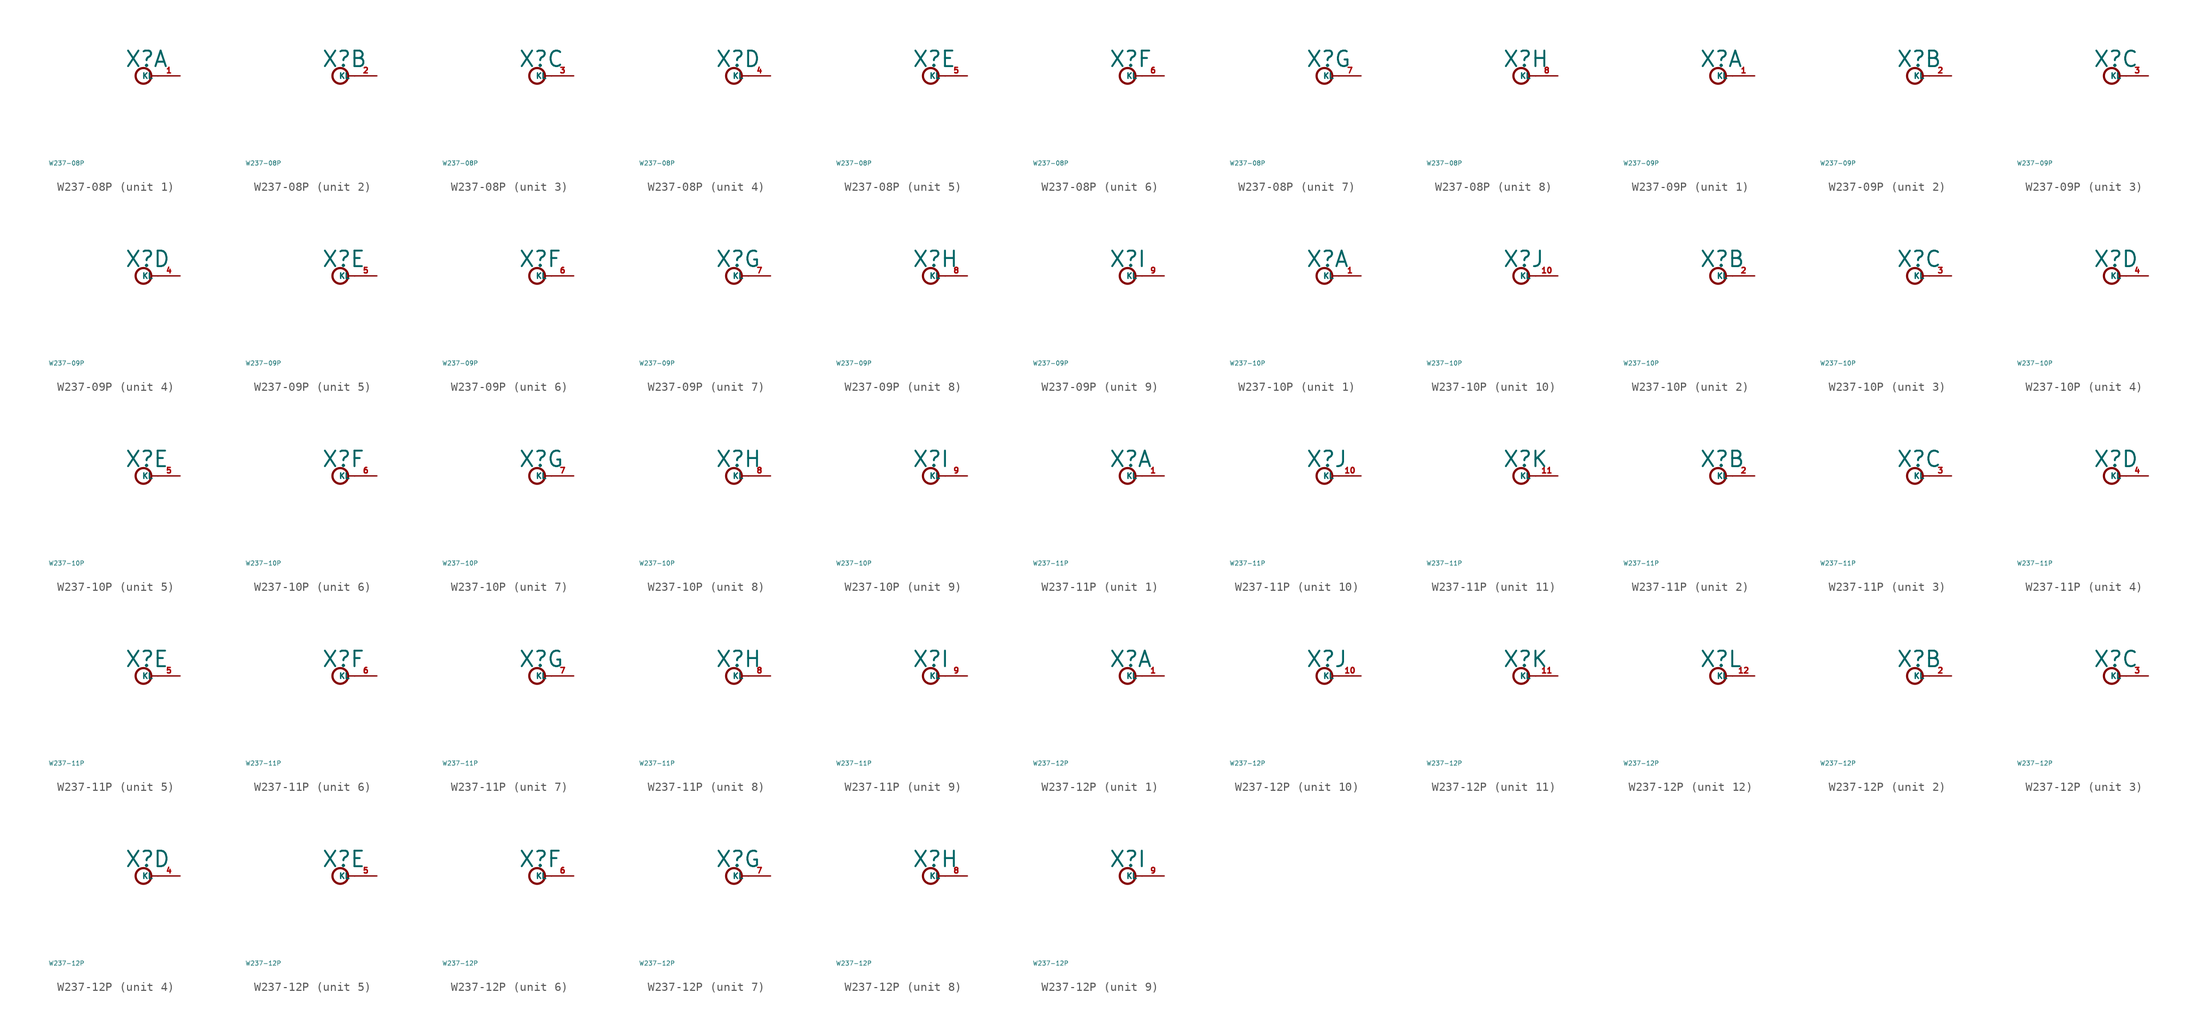
<source format=kicad_sym>
(kicad_symbol_lib
  (version 20220914)
  (generator Eagle2Kicad)
  (symbol "W237-08P"
    (property "Reference" "X"
      (at -1.27 0.889 0)
      (effects (font (size 1.778 1.778) (thickness 0.22)) (justify left bottom)))
    (property "Value" "W237-08P"
      (at -10 -10 0)
      (effects (font (size 0.5 0.5) (thickness 0.06)) (justify left)))
    (symbol "W237-08P_1_0"
      (polyline (pts (xy 1.778 0) (xy 2.54 0)) (stroke (width 0.152) (type default)) (fill (type none)))
      (circle (center 0.889 0) (radius 0.898) (stroke (width 0.254) (type default)) (fill (type none)))
      (pin passive line (at 5.08 0 180) (length 2.54) (name "KL" (effects (font (size 0.635 0.635) (thickness 0.08)) (justify left bottom))) (number "1" (effects (font (size 0.635 0.635) (thickness 0.08)) (justify left bottom)))))
    (symbol "W237-08P_2_0"
      (polyline (pts (xy 1.778 0) (xy 2.54 0)) (stroke (width 0.152) (type default)) (fill (type none)))
      (circle (center 0.889 0) (radius 0.898) (stroke (width 0.254) (type default)) (fill (type none)))
      (pin passive line (at 5.08 0 180) (length 2.54) (name "KL" (effects (font (size 0.635 0.635) (thickness 0.08)) (justify left bottom))) (number "2" (effects (font (size 0.635 0.635) (thickness 0.08)) (justify left bottom)))))
    (symbol "W237-08P_3_0"
      (polyline (pts (xy 1.778 0) (xy 2.54 0)) (stroke (width 0.152) (type default)) (fill (type none)))
      (circle (center 0.889 0) (radius 0.898) (stroke (width 0.254) (type default)) (fill (type none)))
      (pin passive line (at 5.08 0 180) (length 2.54) (name "KL" (effects (font (size 0.635 0.635) (thickness 0.08)) (justify left bottom))) (number "3" (effects (font (size 0.635 0.635) (thickness 0.08)) (justify left bottom)))))
    (symbol "W237-08P_4_0"
      (polyline (pts (xy 1.778 0) (xy 2.54 0)) (stroke (width 0.152) (type default)) (fill (type none)))
      (circle (center 0.889 0) (radius 0.898) (stroke (width 0.254) (type default)) (fill (type none)))
      (pin passive line (at 5.08 0 180) (length 2.54) (name "KL" (effects (font (size 0.635 0.635) (thickness 0.08)) (justify left bottom))) (number "4" (effects (font (size 0.635 0.635) (thickness 0.08)) (justify left bottom)))))
    (symbol "W237-08P_5_0"
      (polyline (pts (xy 1.778 0) (xy 2.54 0)) (stroke (width 0.152) (type default)) (fill (type none)))
      (circle (center 0.889 0) (radius 0.898) (stroke (width 0.254) (type default)) (fill (type none)))
      (pin passive line (at 5.08 0 180) (length 2.54) (name "KL" (effects (font (size 0.635 0.635) (thickness 0.08)) (justify left bottom))) (number "5" (effects (font (size 0.635 0.635) (thickness 0.08)) (justify left bottom)))))
    (symbol "W237-08P_6_0"
      (polyline (pts (xy 1.778 0) (xy 2.54 0)) (stroke (width 0.152) (type default)) (fill (type none)))
      (circle (center 0.889 0) (radius 0.898) (stroke (width 0.254) (type default)) (fill (type none)))
      (pin passive line (at 5.08 0 180) (length 2.54) (name "KL" (effects (font (size 0.635 0.635) (thickness 0.08)) (justify left bottom))) (number "6" (effects (font (size 0.635 0.635) (thickness 0.08)) (justify left bottom)))))
    (symbol "W237-08P_7_0"
      (polyline (pts (xy 1.778 0) (xy 2.54 0)) (stroke (width 0.152) (type default)) (fill (type none)))
      (circle (center 0.889 0) (radius 0.898) (stroke (width 0.254) (type default)) (fill (type none)))
      (pin passive line (at 5.08 0 180) (length 2.54) (name "KL" (effects (font (size 0.635 0.635) (thickness 0.08)) (justify left bottom))) (number "7" (effects (font (size 0.635 0.635) (thickness 0.08)) (justify left bottom)))))
    (symbol "W237-08P_8_0"
      (polyline (pts (xy 1.778 0) (xy 2.54 0)) (stroke (width 0.152) (type default)) (fill (type none)))
      (circle (center 0.889 0) (radius 0.898) (stroke (width 0.254) (type default)) (fill (type none)))
      (pin passive line (at 5.08 0 180) (length 2.54) (name "KL" (effects (font (size 0.635 0.635) (thickness 0.08)) (justify left bottom))) (number "8" (effects (font (size 0.635 0.635) (thickness 0.08)) (justify left bottom))))))
  (symbol "W237-09P"
    (property "Reference" "X"
      (at -1.27 0.889 0)
      (effects (font (size 1.778 1.778) (thickness 0.22)) (justify left bottom)))
    (property "Value" "W237-09P"
      (at -10 -10 0)
      (effects (font (size 0.5 0.5) (thickness 0.06)) (justify left)))
    (symbol "W237-09P_1_0"
      (polyline (pts (xy 1.778 0) (xy 2.54 0)) (stroke (width 0.152) (type default)) (fill (type none)))
      (circle (center 0.889 0) (radius 0.898) (stroke (width 0.254) (type default)) (fill (type none)))
      (pin passive line (at 5.08 0 180) (length 2.54) (name "KL" (effects (font (size 0.635 0.635) (thickness 0.08)) (justify left bottom))) (number "1" (effects (font (size 0.635 0.635) (thickness 0.08)) (justify left bottom)))))
    (symbol "W237-09P_2_0"
      (polyline (pts (xy 1.778 0) (xy 2.54 0)) (stroke (width 0.152) (type default)) (fill (type none)))
      (circle (center 0.889 0) (radius 0.898) (stroke (width 0.254) (type default)) (fill (type none)))
      (pin passive line (at 5.08 0 180) (length 2.54) (name "KL" (effects (font (size 0.635 0.635) (thickness 0.08)) (justify left bottom))) (number "2" (effects (font (size 0.635 0.635) (thickness 0.08)) (justify left bottom)))))
    (symbol "W237-09P_3_0"
      (polyline (pts (xy 1.778 0) (xy 2.54 0)) (stroke (width 0.152) (type default)) (fill (type none)))
      (circle (center 0.889 0) (radius 0.898) (stroke (width 0.254) (type default)) (fill (type none)))
      (pin passive line (at 5.08 0 180) (length 2.54) (name "KL" (effects (font (size 0.635 0.635) (thickness 0.08)) (justify left bottom))) (number "3" (effects (font (size 0.635 0.635) (thickness 0.08)) (justify left bottom)))))
    (symbol "W237-09P_4_0"
      (polyline (pts (xy 1.778 0) (xy 2.54 0)) (stroke (width 0.152) (type default)) (fill (type none)))
      (circle (center 0.889 0) (radius 0.898) (stroke (width 0.254) (type default)) (fill (type none)))
      (pin passive line (at 5.08 0 180) (length 2.54) (name "KL" (effects (font (size 0.635 0.635) (thickness 0.08)) (justify left bottom))) (number "4" (effects (font (size 0.635 0.635) (thickness 0.08)) (justify left bottom)))))
    (symbol "W237-09P_5_0"
      (polyline (pts (xy 1.778 0) (xy 2.54 0)) (stroke (width 0.152) (type default)) (fill (type none)))
      (circle (center 0.889 0) (radius 0.898) (stroke (width 0.254) (type default)) (fill (type none)))
      (pin passive line (at 5.08 0 180) (length 2.54) (name "KL" (effects (font (size 0.635 0.635) (thickness 0.08)) (justify left bottom))) (number "5" (effects (font (size 0.635 0.635) (thickness 0.08)) (justify left bottom)))))
    (symbol "W237-09P_6_0"
      (polyline (pts (xy 1.778 0) (xy 2.54 0)) (stroke (width 0.152) (type default)) (fill (type none)))
      (circle (center 0.889 0) (radius 0.898) (stroke (width 0.254) (type default)) (fill (type none)))
      (pin passive line (at 5.08 0 180) (length 2.54) (name "KL" (effects (font (size 0.635 0.635) (thickness 0.08)) (justify left bottom))) (number "6" (effects (font (size 0.635 0.635) (thickness 0.08)) (justify left bottom)))))
    (symbol "W237-09P_7_0"
      (polyline (pts (xy 1.778 0) (xy 2.54 0)) (stroke (width 0.152) (type default)) (fill (type none)))
      (circle (center 0.889 0) (radius 0.898) (stroke (width 0.254) (type default)) (fill (type none)))
      (pin passive line (at 5.08 0 180) (length 2.54) (name "KL" (effects (font (size 0.635 0.635) (thickness 0.08)) (justify left bottom))) (number "7" (effects (font (size 0.635 0.635) (thickness 0.08)) (justify left bottom)))))
    (symbol "W237-09P_8_0"
      (polyline (pts (xy 1.778 0) (xy 2.54 0)) (stroke (width 0.152) (type default)) (fill (type none)))
      (circle (center 0.889 0) (radius 0.898) (stroke (width 0.254) (type default)) (fill (type none)))
      (pin passive line (at 5.08 0 180) (length 2.54) (name "KL" (effects (font (size 0.635 0.635) (thickness 0.08)) (justify left bottom))) (number "8" (effects (font (size 0.635 0.635) (thickness 0.08)) (justify left bottom)))))
    (symbol "W237-09P_9_0"
      (polyline (pts (xy 1.778 0) (xy 2.54 0)) (stroke (width 0.152) (type default)) (fill (type none)))
      (circle (center 0.889 0) (radius 0.898) (stroke (width 0.254) (type default)) (fill (type none)))
      (pin passive line (at 5.08 0 180) (length 2.54) (name "KL" (effects (font (size 0.635 0.635) (thickness 0.08)) (justify left bottom))) (number "9" (effects (font (size 0.635 0.635) (thickness 0.08)) (justify left bottom))))))
  (symbol "W237-10P"
    (property "Reference" "X"
      (at -1.27 0.889 0)
      (effects (font (size 1.778 1.778) (thickness 0.22)) (justify left bottom)))
    (property "Value" "W237-10P"
      (at -10 -10 0)
      (effects (font (size 0.5 0.5) (thickness 0.06)) (justify left)))
    (symbol "W237-10P_1_0"
      (polyline (pts (xy 1.778 0) (xy 2.54 0)) (stroke (width 0.152) (type default)) (fill (type none)))
      (circle (center 0.889 0) (radius 0.898) (stroke (width 0.254) (type default)) (fill (type none)))
      (pin passive line (at 5.08 0 180) (length 2.54) (name "KL" (effects (font (size 0.635 0.635) (thickness 0.08)) (justify left bottom))) (number "1" (effects (font (size 0.635 0.635) (thickness 0.08)) (justify left bottom)))))
    (symbol "W237-10P_2_0"
      (polyline (pts (xy 1.778 0) (xy 2.54 0)) (stroke (width 0.152) (type default)) (fill (type none)))
      (circle (center 0.889 0) (radius 0.898) (stroke (width 0.254) (type default)) (fill (type none)))
      (pin passive line (at 5.08 0 180) (length 2.54) (name "KL" (effects (font (size 0.635 0.635) (thickness 0.08)) (justify left bottom))) (number "2" (effects (font (size 0.635 0.635) (thickness 0.08)) (justify left bottom)))))
    (symbol "W237-10P_3_0"
      (polyline (pts (xy 1.778 0) (xy 2.54 0)) (stroke (width 0.152) (type default)) (fill (type none)))
      (circle (center 0.889 0) (radius 0.898) (stroke (width 0.254) (type default)) (fill (type none)))
      (pin passive line (at 5.08 0 180) (length 2.54) (name "KL" (effects (font (size 0.635 0.635) (thickness 0.08)) (justify left bottom))) (number "3" (effects (font (size 0.635 0.635) (thickness 0.08)) (justify left bottom)))))
    (symbol "W237-10P_4_0"
      (polyline (pts (xy 1.778 0) (xy 2.54 0)) (stroke (width 0.152) (type default)) (fill (type none)))
      (circle (center 0.889 0) (radius 0.898) (stroke (width 0.254) (type default)) (fill (type none)))
      (pin passive line (at 5.08 0 180) (length 2.54) (name "KL" (effects (font (size 0.635 0.635) (thickness 0.08)) (justify left bottom))) (number "4" (effects (font (size 0.635 0.635) (thickness 0.08)) (justify left bottom)))))
    (symbol "W237-10P_5_0"
      (polyline (pts (xy 1.778 0) (xy 2.54 0)) (stroke (width 0.152) (type default)) (fill (type none)))
      (circle (center 0.889 0) (radius 0.898) (stroke (width 0.254) (type default)) (fill (type none)))
      (pin passive line (at 5.08 0 180) (length 2.54) (name "KL" (effects (font (size 0.635 0.635) (thickness 0.08)) (justify left bottom))) (number "5" (effects (font (size 0.635 0.635) (thickness 0.08)) (justify left bottom)))))
    (symbol "W237-10P_6_0"
      (polyline (pts (xy 1.778 0) (xy 2.54 0)) (stroke (width 0.152) (type default)) (fill (type none)))
      (circle (center 0.889 0) (radius 0.898) (stroke (width 0.254) (type default)) (fill (type none)))
      (pin passive line (at 5.08 0 180) (length 2.54) (name "KL" (effects (font (size 0.635 0.635) (thickness 0.08)) (justify left bottom))) (number "6" (effects (font (size 0.635 0.635) (thickness 0.08)) (justify left bottom)))))
    (symbol "W237-10P_7_0"
      (polyline (pts (xy 1.778 0) (xy 2.54 0)) (stroke (width 0.152) (type default)) (fill (type none)))
      (circle (center 0.889 0) (radius 0.898) (stroke (width 0.254) (type default)) (fill (type none)))
      (pin passive line (at 5.08 0 180) (length 2.54) (name "KL" (effects (font (size 0.635 0.635) (thickness 0.08)) (justify left bottom))) (number "7" (effects (font (size 0.635 0.635) (thickness 0.08)) (justify left bottom)))))
    (symbol "W237-10P_8_0"
      (polyline (pts (xy 1.778 0) (xy 2.54 0)) (stroke (width 0.152) (type default)) (fill (type none)))
      (circle (center 0.889 0) (radius 0.898) (stroke (width 0.254) (type default)) (fill (type none)))
      (pin passive line (at 5.08 0 180) (length 2.54) (name "KL" (effects (font (size 0.635 0.635) (thickness 0.08)) (justify left bottom))) (number "8" (effects (font (size 0.635 0.635) (thickness 0.08)) (justify left bottom)))))
    (symbol "W237-10P_9_0"
      (polyline (pts (xy 1.778 0) (xy 2.54 0)) (stroke (width 0.152) (type default)) (fill (type none)))
      (circle (center 0.889 0) (radius 0.898) (stroke (width 0.254) (type default)) (fill (type none)))
      (pin passive line (at 5.08 0 180) (length 2.54) (name "KL" (effects (font (size 0.635 0.635) (thickness 0.08)) (justify left bottom))) (number "9" (effects (font (size 0.635 0.635) (thickness 0.08)) (justify left bottom)))))
    (symbol "W237-10P_10_0"
      (polyline (pts (xy 1.778 0) (xy 2.54 0)) (stroke (width 0.152) (type default)) (fill (type none)))
      (circle (center 0.889 0) (radius 0.898) (stroke (width 0.254) (type default)) (fill (type none)))
      (pin passive line (at 5.08 0 180) (length 2.54) (name "KL" (effects (font (size 0.635 0.635) (thickness 0.08)) (justify left bottom))) (number "10" (effects (font (size 0.635 0.635) (thickness 0.08)) (justify left bottom))))))
  (symbol "W237-11P"
    (property "Reference" "X"
      (at -1.27 0.889 0)
      (effects (font (size 1.778 1.778) (thickness 0.22)) (justify left bottom)))
    (property "Value" "W237-11P"
      (at -10 -10 0)
      (effects (font (size 0.5 0.5) (thickness 0.06)) (justify left)))
    (symbol "W237-11P_1_0"
      (polyline (pts (xy 1.778 0) (xy 2.54 0)) (stroke (width 0.152) (type default)) (fill (type none)))
      (circle (center 0.889 0) (radius 0.898) (stroke (width 0.254) (type default)) (fill (type none)))
      (pin passive line (at 5.08 0 180) (length 2.54) (name "KL" (effects (font (size 0.635 0.635) (thickness 0.08)) (justify left bottom))) (number "1" (effects (font (size 0.635 0.635) (thickness 0.08)) (justify left bottom)))))
    (symbol "W237-11P_2_0"
      (polyline (pts (xy 1.778 0) (xy 2.54 0)) (stroke (width 0.152) (type default)) (fill (type none)))
      (circle (center 0.889 0) (radius 0.898) (stroke (width 0.254) (type default)) (fill (type none)))
      (pin passive line (at 5.08 0 180) (length 2.54) (name "KL" (effects (font (size 0.635 0.635) (thickness 0.08)) (justify left bottom))) (number "2" (effects (font (size 0.635 0.635) (thickness 0.08)) (justify left bottom)))))
    (symbol "W237-11P_3_0"
      (polyline (pts (xy 1.778 0) (xy 2.54 0)) (stroke (width 0.152) (type default)) (fill (type none)))
      (circle (center 0.889 0) (radius 0.898) (stroke (width 0.254) (type default)) (fill (type none)))
      (pin passive line (at 5.08 0 180) (length 2.54) (name "KL" (effects (font (size 0.635 0.635) (thickness 0.08)) (justify left bottom))) (number "3" (effects (font (size 0.635 0.635) (thickness 0.08)) (justify left bottom)))))
    (symbol "W237-11P_4_0"
      (polyline (pts (xy 1.778 0) (xy 2.54 0)) (stroke (width 0.152) (type default)) (fill (type none)))
      (circle (center 0.889 0) (radius 0.898) (stroke (width 0.254) (type default)) (fill (type none)))
      (pin passive line (at 5.08 0 180) (length 2.54) (name "KL" (effects (font (size 0.635 0.635) (thickness 0.08)) (justify left bottom))) (number "4" (effects (font (size 0.635 0.635) (thickness 0.08)) (justify left bottom)))))
    (symbol "W237-11P_5_0"
      (polyline (pts (xy 1.778 0) (xy 2.54 0)) (stroke (width 0.152) (type default)) (fill (type none)))
      (circle (center 0.889 0) (radius 0.898) (stroke (width 0.254) (type default)) (fill (type none)))
      (pin passive line (at 5.08 0 180) (length 2.54) (name "KL" (effects (font (size 0.635 0.635) (thickness 0.08)) (justify left bottom))) (number "5" (effects (font (size 0.635 0.635) (thickness 0.08)) (justify left bottom)))))
    (symbol "W237-11P_6_0"
      (polyline (pts (xy 1.778 0) (xy 2.54 0)) (stroke (width 0.152) (type default)) (fill (type none)))
      (circle (center 0.889 0) (radius 0.898) (stroke (width 0.254) (type default)) (fill (type none)))
      (pin passive line (at 5.08 0 180) (length 2.54) (name "KL" (effects (font (size 0.635 0.635) (thickness 0.08)) (justify left bottom))) (number "6" (effects (font (size 0.635 0.635) (thickness 0.08)) (justify left bottom)))))
    (symbol "W237-11P_7_0"
      (polyline (pts (xy 1.778 0) (xy 2.54 0)) (stroke (width 0.152) (type default)) (fill (type none)))
      (circle (center 0.889 0) (radius 0.898) (stroke (width 0.254) (type default)) (fill (type none)))
      (pin passive line (at 5.08 0 180) (length 2.54) (name "KL" (effects (font (size 0.635 0.635) (thickness 0.08)) (justify left bottom))) (number "7" (effects (font (size 0.635 0.635) (thickness 0.08)) (justify left bottom)))))
    (symbol "W237-11P_8_0"
      (polyline (pts (xy 1.778 0) (xy 2.54 0)) (stroke (width 0.152) (type default)) (fill (type none)))
      (circle (center 0.889 0) (radius 0.898) (stroke (width 0.254) (type default)) (fill (type none)))
      (pin passive line (at 5.08 0 180) (length 2.54) (name "KL" (effects (font (size 0.635 0.635) (thickness 0.08)) (justify left bottom))) (number "8" (effects (font (size 0.635 0.635) (thickness 0.08)) (justify left bottom)))))
    (symbol "W237-11P_9_0"
      (polyline (pts (xy 1.778 0) (xy 2.54 0)) (stroke (width 0.152) (type default)) (fill (type none)))
      (circle (center 0.889 0) (radius 0.898) (stroke (width 0.254) (type default)) (fill (type none)))
      (pin passive line (at 5.08 0 180) (length 2.54) (name "KL" (effects (font (size 0.635 0.635) (thickness 0.08)) (justify left bottom))) (number "9" (effects (font (size 0.635 0.635) (thickness 0.08)) (justify left bottom)))))
    (symbol "W237-11P_10_0"
      (polyline (pts (xy 1.778 0) (xy 2.54 0)) (stroke (width 0.152) (type default)) (fill (type none)))
      (circle (center 0.889 0) (radius 0.898) (stroke (width 0.254) (type default)) (fill (type none)))
      (pin passive line (at 5.08 0 180) (length 2.54) (name "KL" (effects (font (size 0.635 0.635) (thickness 0.08)) (justify left bottom))) (number "10" (effects (font (size 0.635 0.635) (thickness 0.08)) (justify left bottom)))))
    (symbol "W237-11P_11_0"
      (polyline (pts (xy 1.778 0) (xy 2.54 0)) (stroke (width 0.152) (type default)) (fill (type none)))
      (circle (center 0.889 0) (radius 0.898) (stroke (width 0.254) (type default)) (fill (type none)))
      (pin passive line (at 5.08 0 180) (length 2.54) (name "KL" (effects (font (size 0.635 0.635) (thickness 0.08)) (justify left bottom))) (number "11" (effects (font (size 0.635 0.635) (thickness 0.08)) (justify left bottom))))))
  (symbol "W237-12P"
    (property "Reference" "X"
      (at -1.27 0.889 0)
      (effects (font (size 1.778 1.778) (thickness 0.22)) (justify left bottom)))
    (property "Value" "W237-12P"
      (at -10 -10 0)
      (effects (font (size 0.5 0.5) (thickness 0.06)) (justify left)))
    (symbol "W237-12P_1_0"
      (polyline (pts (xy 1.778 0) (xy 2.54 0)) (stroke (width 0.152) (type default)) (fill (type none)))
      (circle (center 0.889 0) (radius 0.898) (stroke (width 0.254) (type default)) (fill (type none)))
      (pin passive line (at 5.08 0 180) (length 2.54) (name "KL" (effects (font (size 0.635 0.635) (thickness 0.08)) (justify left bottom))) (number "1" (effects (font (size 0.635 0.635) (thickness 0.08)) (justify left bottom)))))
    (symbol "W237-12P_2_0"
      (polyline (pts (xy 1.778 0) (xy 2.54 0)) (stroke (width 0.152) (type default)) (fill (type none)))
      (circle (center 0.889 0) (radius 0.898) (stroke (width 0.254) (type default)) (fill (type none)))
      (pin passive line (at 5.08 0 180) (length 2.54) (name "KL" (effects (font (size 0.635 0.635) (thickness 0.08)) (justify left bottom))) (number "2" (effects (font (size 0.635 0.635) (thickness 0.08)) (justify left bottom)))))
    (symbol "W237-12P_3_0"
      (polyline (pts (xy 1.778 0) (xy 2.54 0)) (stroke (width 0.152) (type default)) (fill (type none)))
      (circle (center 0.889 0) (radius 0.898) (stroke (width 0.254) (type default)) (fill (type none)))
      (pin passive line (at 5.08 0 180) (length 2.54) (name "KL" (effects (font (size 0.635 0.635) (thickness 0.08)) (justify left bottom))) (number "3" (effects (font (size 0.635 0.635) (thickness 0.08)) (justify left bottom)))))
    (symbol "W237-12P_4_0"
      (polyline (pts (xy 1.778 0) (xy 2.54 0)) (stroke (width 0.152) (type default)) (fill (type none)))
      (circle (center 0.889 0) (radius 0.898) (stroke (width 0.254) (type default)) (fill (type none)))
      (pin passive line (at 5.08 0 180) (length 2.54) (name "KL" (effects (font (size 0.635 0.635) (thickness 0.08)) (justify left bottom))) (number "4" (effects (font (size 0.635 0.635) (thickness 0.08)) (justify left bottom)))))
    (symbol "W237-12P_5_0"
      (polyline (pts (xy 1.778 0) (xy 2.54 0)) (stroke (width 0.152) (type default)) (fill (type none)))
      (circle (center 0.889 0) (radius 0.898) (stroke (width 0.254) (type default)) (fill (type none)))
      (pin passive line (at 5.08 0 180) (length 2.54) (name "KL" (effects (font (size 0.635 0.635) (thickness 0.08)) (justify left bottom))) (number "5" (effects (font (size 0.635 0.635) (thickness 0.08)) (justify left bottom)))))
    (symbol "W237-12P_6_0"
      (polyline (pts (xy 1.778 0) (xy 2.54 0)) (stroke (width 0.152) (type default)) (fill (type none)))
      (circle (center 0.889 0) (radius 0.898) (stroke (width 0.254) (type default)) (fill (type none)))
      (pin passive line (at 5.08 0 180) (length 2.54) (name "KL" (effects (font (size 0.635 0.635) (thickness 0.08)) (justify left bottom))) (number "6" (effects (font (size 0.635 0.635) (thickness 0.08)) (justify left bottom)))))
    (symbol "W237-12P_7_0"
      (polyline (pts (xy 1.778 0) (xy 2.54 0)) (stroke (width 0.152) (type default)) (fill (type none)))
      (circle (center 0.889 0) (radius 0.898) (stroke (width 0.254) (type default)) (fill (type none)))
      (pin passive line (at 5.08 0 180) (length 2.54) (name "KL" (effects (font (size 0.635 0.635) (thickness 0.08)) (justify left bottom))) (number "7" (effects (font (size 0.635 0.635) (thickness 0.08)) (justify left bottom)))))
    (symbol "W237-12P_8_0"
      (polyline (pts (xy 1.778 0) (xy 2.54 0)) (stroke (width 0.152) (type default)) (fill (type none)))
      (circle (center 0.889 0) (radius 0.898) (stroke (width 0.254) (type default)) (fill (type none)))
      (pin passive line (at 5.08 0 180) (length 2.54) (name "KL" (effects (font (size 0.635 0.635) (thickness 0.08)) (justify left bottom))) (number "8" (effects (font (size 0.635 0.635) (thickness 0.08)) (justify left bottom)))))
    (symbol "W237-12P_9_0"
      (polyline (pts (xy 1.778 0) (xy 2.54 0)) (stroke (width 0.152) (type default)) (fill (type none)))
      (circle (center 0.889 0) (radius 0.898) (stroke (width 0.254) (type default)) (fill (type none)))
      (pin passive line (at 5.08 0 180) (length 2.54) (name "KL" (effects (font (size 0.635 0.635) (thickness 0.08)) (justify left bottom))) (number "9" (effects (font (size 0.635 0.635) (thickness 0.08)) (justify left bottom)))))
    (symbol "W237-12P_10_0"
      (polyline (pts (xy 1.778 0) (xy 2.54 0)) (stroke (width 0.152) (type default)) (fill (type none)))
      (circle (center 0.889 0) (radius 0.898) (stroke (width 0.254) (type default)) (fill (type none)))
      (pin passive line (at 5.08 0 180) (length 2.54) (name "KL" (effects (font (size 0.635 0.635) (thickness 0.08)) (justify left bottom))) (number "10" (effects (font (size 0.635 0.635) (thickness 0.08)) (justify left bottom)))))
    (symbol "W237-12P_11_0"
      (polyline (pts (xy 1.778 0) (xy 2.54 0)) (stroke (width 0.152) (type default)) (fill (type none)))
      (circle (center 0.889 0) (radius 0.898) (stroke (width 0.254) (type default)) (fill (type none)))
      (pin passive line (at 5.08 0 180) (length 2.54) (name "KL" (effects (font (size 0.635 0.635) (thickness 0.08)) (justify left bottom))) (number "11" (effects (font (size 0.635 0.635) (thickness 0.08)) (justify left bottom)))))
    (symbol "W237-12P_12_0"
      (polyline (pts (xy 1.778 0) (xy 2.54 0)) (stroke (width 0.152) (type default)) (fill (type none)))
      (circle (center 0.889 0) (radius 0.898) (stroke (width 0.254) (type default)) (fill (type none)))
      (pin passive line (at 5.08 0 180) (length 2.54) (name "KL" (effects (font (size 0.635 0.635) (thickness 0.08)) (justify left bottom))) (number "12" (effects (font (size 0.635 0.635) (thickness 0.08)) (justify left bottom)))))))
</source>
